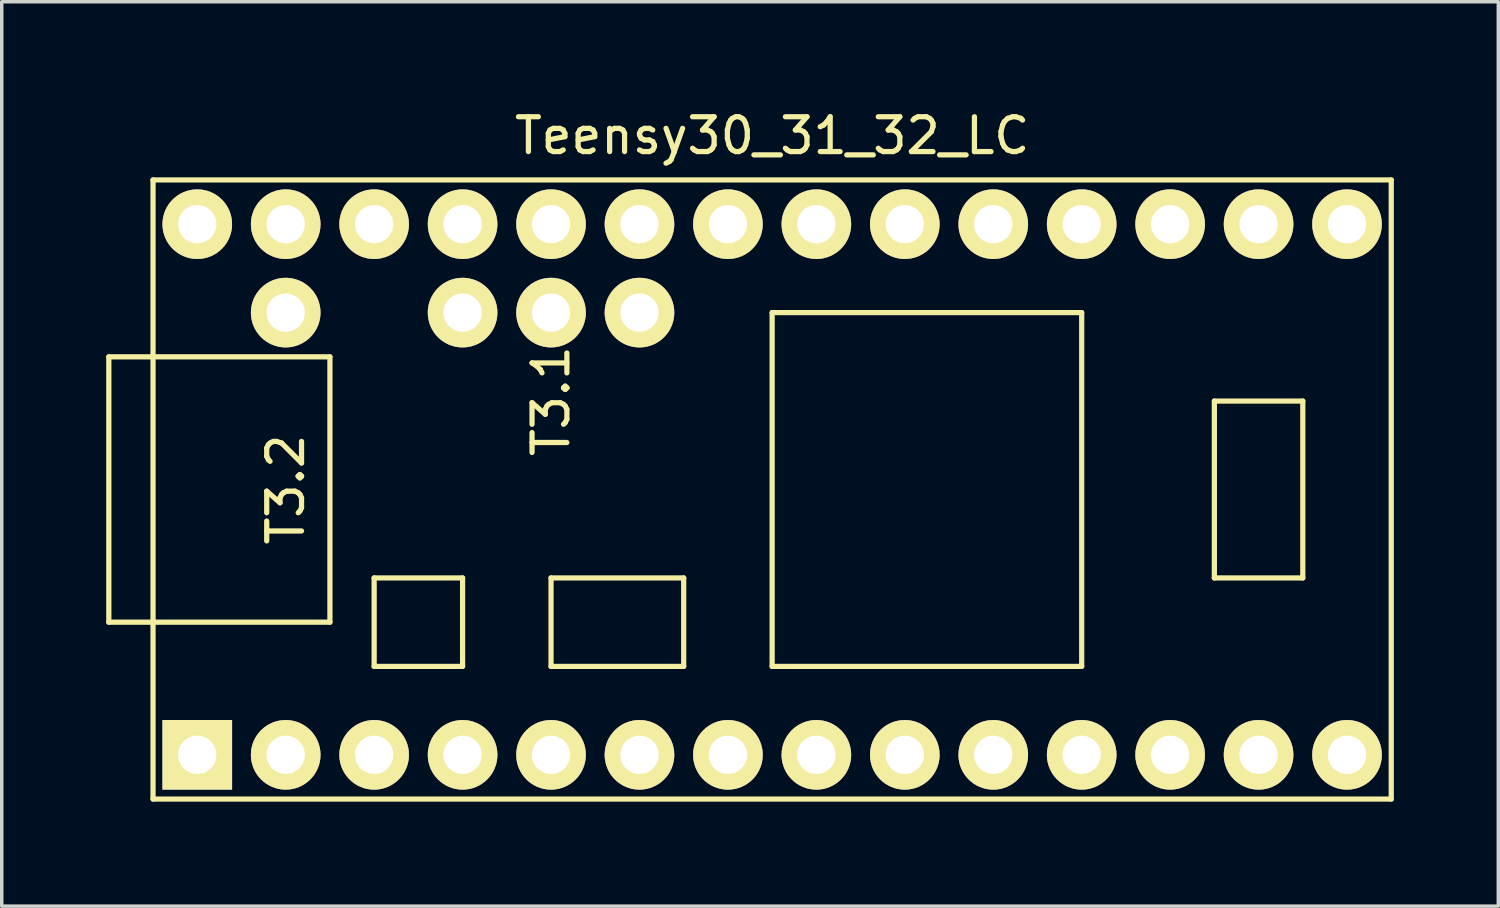
<source format=kicad_pcb>
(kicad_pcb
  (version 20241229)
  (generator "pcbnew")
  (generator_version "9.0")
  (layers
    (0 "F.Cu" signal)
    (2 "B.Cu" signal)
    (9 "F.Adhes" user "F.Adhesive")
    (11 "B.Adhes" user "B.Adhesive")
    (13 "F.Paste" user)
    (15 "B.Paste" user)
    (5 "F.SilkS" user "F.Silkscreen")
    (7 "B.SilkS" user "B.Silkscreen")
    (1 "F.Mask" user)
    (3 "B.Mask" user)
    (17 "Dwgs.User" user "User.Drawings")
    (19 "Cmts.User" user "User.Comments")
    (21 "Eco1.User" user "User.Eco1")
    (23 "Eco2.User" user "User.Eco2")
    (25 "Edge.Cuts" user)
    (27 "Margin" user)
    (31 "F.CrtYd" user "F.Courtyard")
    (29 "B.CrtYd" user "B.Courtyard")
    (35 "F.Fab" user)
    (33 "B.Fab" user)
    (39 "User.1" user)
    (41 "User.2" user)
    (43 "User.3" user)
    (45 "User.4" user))
  (footprint "Teensy30_31_32_LC"
    (layer "F.Cu")
    (at 19.125 11.008)
    (property "Reference" "Teensy30_31_32_LC" (at 0 -10.16 0) (layer "F.SilkS") (effects (font (size 1 1) (thickness 0.15))))
    (attr through_hole)
    (fp_line (start -19.05 -3.81) (end -17.78 -3.81) (stroke (width 0.15) (type solid)) (layer "F.SilkS"))
    (fp_line (start -19.05 3.81) (end -19.05 -3.81) (stroke (width 0.15) (type solid)) (layer "F.SilkS"))
    (fp_line (start -17.78 -8.89) (end 17.78 -8.89) (stroke (width 0.15) (type solid)) (layer "F.SilkS"))
    (fp_line (start -17.78 3.81) (end -19.05 3.81) (stroke (width 0.15) (type solid)) (layer "F.SilkS"))
    (fp_line (start -17.78 8.89) (end -17.78 -8.89) (stroke (width 0.15) (type solid)) (layer "F.SilkS"))
    (fp_line (start -12.7 -3.81) (end -17.78 -3.81) (stroke (width 0.15) (type solid)) (layer "F.SilkS"))
    (fp_line (start -12.7 3.81) (end -17.78 3.81) (stroke (width 0.15) (type solid)) (layer "F.SilkS"))
    (fp_line (start -12.7 3.81) (end -12.7 -3.81) (stroke (width 0.15) (type solid)) (layer "F.SilkS"))
    (fp_line (start -11.43 2.54) (end -11.43 5.08) (stroke (width 0.15) (type solid)) (layer "F.SilkS"))
    (fp_line (start -11.43 5.08) (end -8.89 5.08) (stroke (width 0.15) (type solid)) (layer "F.SilkS"))
    (fp_line (start -8.89 2.54) (end -11.43 2.54) (stroke (width 0.15) (type solid)) (layer "F.SilkS"))
    (fp_line (start -8.89 5.08) (end -8.89 2.54) (stroke (width 0.15) (type solid)) (layer "F.SilkS"))
    (fp_line (start -6.35 2.54) (end -6.35 5.08) (stroke (width 0.15) (type solid)) (layer "F.SilkS"))
    (fp_line (start -6.35 5.08) (end -2.54 5.08) (stroke (width 0.15) (type solid)) (layer "F.SilkS"))
    (fp_line (start -2.54 2.54) (end -6.35 2.54) (stroke (width 0.15) (type solid)) (layer "F.SilkS"))
    (fp_line (start -2.54 5.08) (end -2.54 2.54) (stroke (width 0.15) (type solid)) (layer "F.SilkS"))
    (fp_line (start 0 -5.08) (end 0 5.08) (stroke (width 0.15) (type solid)) (layer "F.SilkS"))
    (fp_line (start 8.89 -5.08) (end 0 -5.08) (stroke (width 0.15) (type solid)) (layer "F.SilkS"))
    (fp_line (start 8.89 5.08) (end 0 5.08) (stroke (width 0.15) (type solid)) (layer "F.SilkS"))
    (fp_line (start 8.89 5.08) (end 8.89 -5.08) (stroke (width 0.15) (type solid)) (layer "F.SilkS"))
    (fp_line (start 12.7 -2.54) (end 15.24 -2.54) (stroke (width 0.15) (type solid)) (layer "F.SilkS"))
    (fp_line (start 12.7 2.54) (end 12.7 -2.54) (stroke (width 0.15) (type solid)) (layer "F.SilkS"))
    (fp_line (start 15.24 -2.54) (end 15.24 2.54) (stroke (width 0.15) (type solid)) (layer "F.SilkS"))
    (fp_line (start 15.24 2.54) (end 12.7 2.54) (stroke (width 0.15) (type solid)) (layer "F.SilkS"))
    (fp_line (start 17.78 -8.89) (end 17.78 8.89) (stroke (width 0.15) (type solid)) (layer "F.SilkS"))
    (fp_line (start 17.78 8.89) (end -17.78 8.89) (stroke (width 0.15) (type solid)) (layer "F.SilkS"))
    (fp_text user "T3.2" (at -13.97 0 90) (layer "F.SilkS") (effects (font (size 1 1) (thickness 0.15))))
    (fp_text user "T3.1" (at -6.35 -2.54 90) (layer "F.SilkS") (effects (font (size 1 1) (thickness 0.15))))
    (pad "1" thru_hole rect (at -16.51 7.62) (size 2 2) (drill 1.1) (layers "*.Cu" "*.Mask" "F.SilkS"))
    (pad "2" thru_hole circle (at -13.97 7.62) (size 2 2) (drill 1.1) (layers "*.Cu" "*.Mask" "F.SilkS"))
    (pad "3" thru_hole circle (at -11.43 7.62) (size 2 2) (drill 1.1) (layers "*.Cu" "*.Mask" "F.SilkS"))
    (pad "4" thru_hole circle (at -8.89 7.62) (size 2 2) (drill 1.1) (layers "*.Cu" "*.Mask" "F.SilkS"))
    (pad "5" thru_hole circle (at -6.35 7.62) (size 2 2) (drill 1.1) (layers "*.Cu" "*.Mask" "F.SilkS"))
    (pad "6" thru_hole circle (at -3.81 7.62) (size 2 2) (drill 1.1) (layers "*.Cu" "*.Mask" "F.SilkS"))
    (pad "7" thru_hole circle (at -1.27 7.62) (size 2 2) (drill 1.1) (layers "*.Cu" "*.Mask" "F.SilkS"))
    (pad "8" thru_hole circle (at 1.27 7.62) (size 2 2) (drill 1.1) (layers "*.Cu" "*.Mask" "F.SilkS"))
    (pad "9" thru_hole circle (at 3.81 7.62) (size 2 2) (drill 1.1) (layers "*.Cu" "*.Mask" "F.SilkS"))
    (pad "10" thru_hole circle (at 6.35 7.62) (size 2 2) (drill 1.1) (layers "*.Cu" "*.Mask" "F.SilkS"))
    (pad "11" thru_hole circle (at 8.89 7.62) (size 2 2) (drill 1.1) (layers "*.Cu" "*.Mask" "F.SilkS"))
    (pad "12" thru_hole circle (at 11.43 7.62) (size 2 2) (drill 1.1) (layers "*.Cu" "*.Mask" "F.SilkS"))
    (pad "13" thru_hole circle (at 13.97 7.62) (size 2 2) (drill 1.1) (layers "*.Cu" "*.Mask" "F.SilkS"))
    (pad "14" thru_hole circle (at 16.51 7.62) (size 2 2) (drill 1.1) (layers "*.Cu" "*.Mask" "F.SilkS"))
    (pad "20" thru_hole circle (at 16.51 -7.62) (size 2 2) (drill 1.1) (layers "*.Cu" "*.Mask" "F.SilkS"))
    (pad "21" thru_hole circle (at 13.97 -7.62) (size 2 2) (drill 1.1) (layers "*.Cu" "*.Mask" "F.SilkS"))
    (pad "22" thru_hole circle (at 11.43 -7.62) (size 2 2) (drill 1.1) (layers "*.Cu" "*.Mask" "F.SilkS"))
    (pad "23" thru_hole circle (at 8.89 -7.62) (size 2 2) (drill 1.1) (layers "*.Cu" "*.Mask" "F.SilkS"))
    (pad "24" thru_hole circle (at 6.35 -7.62) (size 2 2) (drill 1.1) (layers "*.Cu" "*.Mask" "F.SilkS"))
    (pad "25" thru_hole circle (at 3.81 -7.62) (size 2 2) (drill 1.1) (layers "*.Cu" "*.Mask" "F.SilkS"))
    (pad "26" thru_hole circle (at 1.27 -7.62) (size 2 2) (drill 1.1) (layers "*.Cu" "*.Mask" "F.SilkS"))
    (pad "27" thru_hole circle (at -1.27 -7.62) (size 2 2) (drill 1.1) (layers "*.Cu" "*.Mask" "F.SilkS"))
    (pad "28" thru_hole circle (at -3.81 -7.62) (size 2 2) (drill 1.1) (layers "*.Cu" "*.Mask" "F.SilkS"))
    (pad "29" thru_hole circle (at -6.35 -7.62) (size 2 2) (drill 1.1) (layers "*.Cu" "*.Mask" "F.SilkS"))
    (pad "30" thru_hole circle (at -8.89 -7.62) (size 2 2) (drill 1.1) (layers "*.Cu" "*.Mask" "F.SilkS"))
    (pad "31" thru_hole circle (at -11.43 -7.62) (size 2 2) (drill 1.1) (layers "*.Cu" "*.Mask" "F.SilkS"))
    (pad "32" thru_hole circle (at -13.97 -7.62) (size 2 2) (drill 1.1) (layers "*.Cu" "*.Mask" "F.SilkS"))
    (pad "33" thru_hole circle (at -16.51 -7.62) (size 2 2) (drill 1.1) (layers "*.Cu" "*.Mask" "F.SilkS"))
    (pad "34" thru_hole circle (at -13.97 -5.08) (size 2 2) (drill 1.1) (layers "*.Cu" "*.Mask" "F.SilkS"))
    (pad "35" thru_hole circle (at -8.89 -5.08) (size 2 2) (drill 1.1) (layers "*.Cu" "*.Mask" "F.SilkS"))
    (pad "36" thru_hole circle (at -6.35 -5.08) (size 2 2) (drill 1.1) (layers "*.Cu" "*.Mask" "F.SilkS"))
    (pad "37" thru_hole circle (at -3.81 -5.08) (size 2 2) (drill 1.1) (layers "*.Cu" "*.Mask" "F.SilkS")))
  (gr_rect
    (start -3 -3)
    (end 39.98 22.973)
    (stroke (width 0.1) (type default))
    (fill no)
    (layer "Edge.Cuts")))
</source>
